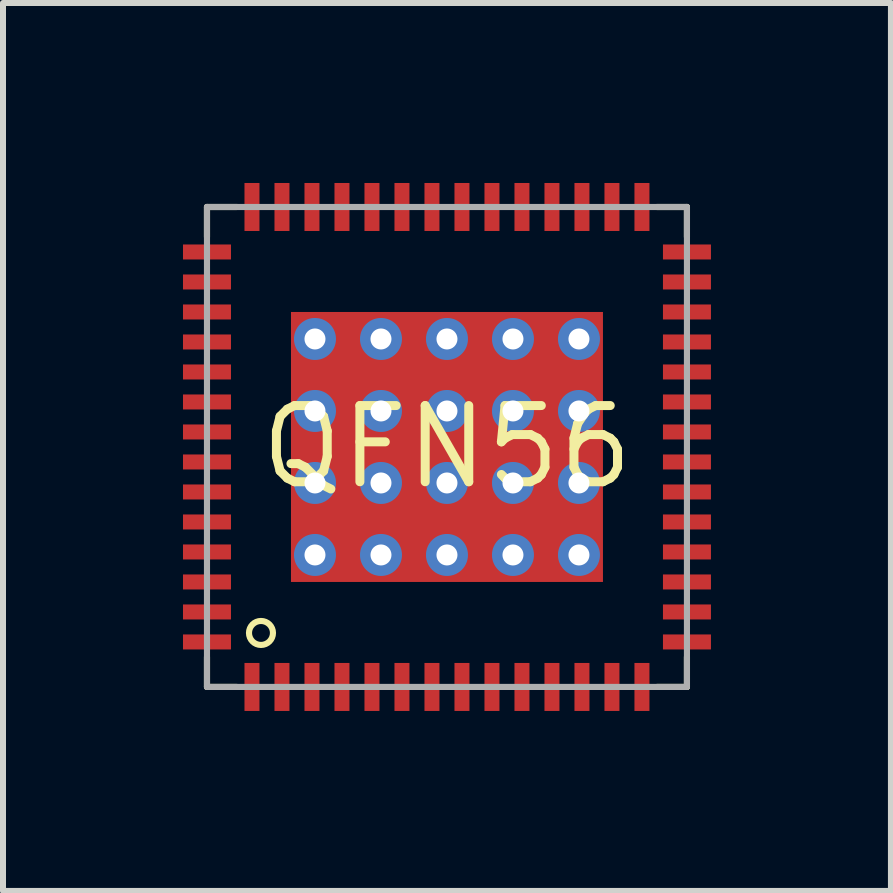
<source format=kicad_pcb>
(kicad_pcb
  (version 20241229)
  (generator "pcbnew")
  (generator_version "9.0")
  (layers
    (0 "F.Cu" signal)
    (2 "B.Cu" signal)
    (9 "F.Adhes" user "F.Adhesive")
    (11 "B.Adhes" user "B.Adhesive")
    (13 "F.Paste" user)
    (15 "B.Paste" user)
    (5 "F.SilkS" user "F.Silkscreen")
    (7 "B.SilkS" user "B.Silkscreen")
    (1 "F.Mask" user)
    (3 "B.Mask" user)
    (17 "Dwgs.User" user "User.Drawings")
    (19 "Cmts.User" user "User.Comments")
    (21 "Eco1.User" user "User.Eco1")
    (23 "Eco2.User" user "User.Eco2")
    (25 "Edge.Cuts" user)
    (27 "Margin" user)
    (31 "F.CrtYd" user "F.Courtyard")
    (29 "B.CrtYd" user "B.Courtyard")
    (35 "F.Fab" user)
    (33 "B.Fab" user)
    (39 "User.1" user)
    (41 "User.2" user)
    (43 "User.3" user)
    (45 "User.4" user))
  (footprint "QFN56"
    (layer "F.Cu")
    (at 4.4 4.4)
    (property "Reference" "QFN56" (at 0 0 0) (layer "F.SilkS") (effects (font (size 1.27 1.27) (thickness 0.15))))
    (fp_line (start -4 -4) (end -4 -3.5) (stroke (width 0.102) (type solid)) (layer "F.SilkS"))
    (fp_line (start -4 3.5) (end -4 4) (stroke (width 0.102) (type solid)) (layer "F.SilkS"))
    (fp_line (start -3.5 -4) (end -4 -4) (stroke (width 0.102) (type solid)) (layer "F.SilkS"))
    (fp_line (start -3.5 4) (end -4 4) (stroke (width 0.102) (type solid)) (layer "F.SilkS"))
    (fp_line (start 3.5 -4) (end 4 -4) (stroke (width 0.102) (type solid)) (layer "F.SilkS"))
    (fp_line (start 3.5 4) (end 4 4) (stroke (width 0.102) (type solid)) (layer "F.SilkS"))
    (fp_line (start 4 -3.5) (end 4 -4) (stroke (width 0.102) (type solid)) (layer "F.SilkS"))
    (fp_line (start 4 3.5) (end 4 4) (stroke (width 0.102) (type solid)) (layer "F.SilkS"))
    (fp_circle (center -3.1 3.1) (end -2.9 3.1) (stroke (width 0.102) (type solid)) (fill no) (layer "F.SilkS"))
    (fp_line (start -4 -4) (end -4 4) (stroke (width 0.102) (type solid)) (layer "F.Fab"))
    (fp_line (start -4 4) (end 4 4) (stroke (width 0.102) (type solid)) (layer "F.Fab"))
    (fp_line (start 4 -4) (end -4 -4) (stroke (width 0.102) (type solid)) (layer "F.Fab"))
    (fp_line (start 4 4) (end 4 -4) (stroke (width 0.102) (type solid)) (layer "F.Fab"))
    (pad "EP1" smd rect (at 0 0) (size 5.2 4.5) (layers "F.Cu" "F.Mask"))
    (pad "EP2" smd rect (at -1.35 -1.175) (size 2.4 2.05) (layers "F.Cu" "F.Paste"))
    (pad "EP3" smd rect (at 1.35 -1.175) (size 2.4 2.05) (layers "F.Cu" "F.Paste"))
    (pad "EP4" smd rect (at -1.35 1.175) (size 2.4 2.05) (layers "F.Cu" "F.Paste"))
    (pad "EP5" smd rect (at 1.35 1.175) (size 2.4 2.05) (layers "F.Cu" "F.Paste"))
    (pad "P$1" thru_hole circle (at -1.1 -1.8) (size 0.7 0.7) (drill 0.35) (layers "*.Cu"))
    (pad "P$2" thru_hole circle (at 1.1 -1.8) (size 0.7 0.7) (drill 0.35) (layers "*.Cu"))
    (pad "P$3" thru_hole circle (at 0 -1.8) (size 0.7 0.7) (drill 0.35) (layers "*.Cu"))
    (pad "P$4" thru_hole circle (at -2.2 -1.8) (size 0.7 0.7) (drill 0.35) (layers "*.Cu"))
    (pad "P$5" thru_hole circle (at 2.2 -1.8) (size 0.7 0.7) (drill 0.35) (layers "*.Cu"))
    (pad "P$6" thru_hole circle (at -2.2 -0.6) (size 0.7 0.7) (drill 0.35) (layers "*.Cu"))
    (pad "P$7" thru_hole circle (at -1.1 -0.6) (size 0.7 0.7) (drill 0.35) (layers "*.Cu"))
    (pad "P$8" thru_hole circle (at 0 -0.6) (size 0.7 0.7) (drill 0.35) (layers "*.Cu"))
    (pad "P$9" thru_hole circle (at 1.1 -0.6) (size 0.7 0.7) (drill 0.35) (layers "*.Cu"))
    (pad "P$10" thru_hole circle (at 2.2 -0.6) (size 0.7 0.7) (drill 0.35) (layers "*.Cu"))
    (pad "P$11" thru_hole circle (at -2.2 0.6) (size 0.7 0.7) (drill 0.35) (layers "*.Cu"))
    (pad "P$12" thru_hole circle (at -1.1 0.6) (size 0.7 0.7) (drill 0.35) (layers "*.Cu"))
    (pad "P$13" thru_hole circle (at 0 0.6) (size 0.7 0.7) (drill 0.35) (layers "*.Cu"))
    (pad "P$14" thru_hole circle (at 1.1 0.6) (size 0.7 0.7) (drill 0.35) (layers "*.Cu"))
    (pad "P$15" thru_hole circle (at 2.2 0.6) (size 0.7 0.7) (drill 0.35) (layers "*.Cu"))
    (pad "P$16" thru_hole circle (at -2.2 1.8) (size 0.7 0.7) (drill 0.35) (layers "*.Cu"))
    (pad "P$17" thru_hole circle (at -1.1 1.8) (size 0.7 0.7) (drill 0.35) (layers "*.Cu"))
    (pad "P$18" thru_hole circle (at 0 1.8) (size 0.7 0.7) (drill 0.35) (layers "*.Cu"))
    (pad "P$19" thru_hole circle (at 1.1 1.8) (size 0.7 0.7) (drill 0.35) (layers "*.Cu"))
    (pad "P$20" thru_hole circle (at 2.2 1.8) (size 0.7 0.7) (drill 0.35) (layers "*.Cu"))
    (pad "P1" smd rect (at -3.25 4 90) (size 0.8 0.25) (layers "F.Cu" "F.Mask" "F.Paste"))
    (pad "P2" smd rect (at -2.75 4 90) (size 0.8 0.25) (layers "F.Cu" "F.Mask" "F.Paste"))
    (pad "P3" smd rect (at -2.25 4 90) (size 0.8 0.25) (layers "F.Cu" "F.Mask" "F.Paste"))
    (pad "P4" smd rect (at -1.75 4 90) (size 0.8 0.25) (layers "F.Cu" "F.Mask" "F.Paste"))
    (pad "P5" smd rect (at -1.25 4 90) (size 0.8 0.25) (layers "F.Cu" "F.Mask" "F.Paste"))
    (pad "P6" smd rect (at -0.75 4 90) (size 0.8 0.25) (layers "F.Cu" "F.Mask" "F.Paste"))
    (pad "P7" smd rect (at -0.25 4 90) (size 0.8 0.25) (layers "F.Cu" "F.Mask" "F.Paste"))
    (pad "P8" smd rect (at 0.25 4 90) (size 0.8 0.25) (layers "F.Cu" "F.Mask" "F.Paste"))
    (pad "P9" smd rect (at 0.75 4 90) (size 0.8 0.25) (layers "F.Cu" "F.Mask" "F.Paste"))
    (pad "P10" smd rect (at 1.25 4 90) (size 0.8 0.25) (layers "F.Cu" "F.Mask" "F.Paste"))
    (pad "P11" smd rect (at 1.75 4 90) (size 0.8 0.25) (layers "F.Cu" "F.Mask" "F.Paste"))
    (pad "P12" smd rect (at 2.25 4 90) (size 0.8 0.25) (layers "F.Cu" "F.Mask" "F.Paste"))
    (pad "P13" smd rect (at 2.75 4 90) (size 0.8 0.25) (layers "F.Cu" "F.Mask" "F.Paste"))
    (pad "P14" smd rect (at 3.25 4 90) (size 0.8 0.25) (layers "F.Cu" "F.Mask" "F.Paste"))
    (pad "P15" smd rect (at 4 3.25 180) (size 0.8 0.25) (layers "F.Cu" "F.Mask" "F.Paste"))
    (pad "P16" smd rect (at 4 2.75 180) (size 0.8 0.25) (layers "F.Cu" "F.Mask" "F.Paste"))
    (pad "P17" smd rect (at 4 2.25 180) (size 0.8 0.25) (layers "F.Cu" "F.Mask" "F.Paste"))
    (pad "P18" smd rect (at 4 1.75 180) (size 0.8 0.25) (layers "F.Cu" "F.Mask" "F.Paste"))
    (pad "P19" smd rect (at 4 1.25 180) (size 0.8 0.25) (layers "F.Cu" "F.Mask" "F.Paste"))
    (pad "P20" smd rect (at 4 0.75 180) (size 0.8 0.25) (layers "F.Cu" "F.Mask" "F.Paste"))
    (pad "P21" smd rect (at 4 0.25 180) (size 0.8 0.25) (layers "F.Cu" "F.Mask" "F.Paste"))
    (pad "P22" smd rect (at 4 -0.25 180) (size 0.8 0.25) (layers "F.Cu" "F.Mask" "F.Paste"))
    (pad "P23" smd rect (at 4 -0.75 180) (size 0.8 0.25) (layers "F.Cu" "F.Mask" "F.Paste"))
    (pad "P24" smd rect (at 4 -1.25 180) (size 0.8 0.25) (layers "F.Cu" "F.Mask" "F.Paste"))
    (pad "P25" smd rect (at 4 -1.75 180) (size 0.8 0.25) (layers "F.Cu" "F.Mask" "F.Paste"))
    (pad "P26" smd rect (at 4 -2.25 180) (size 0.8 0.25) (layers "F.Cu" "F.Mask" "F.Paste"))
    (pad "P27" smd rect (at 4 -2.75 180) (size 0.8 0.25) (layers "F.Cu" "F.Mask" "F.Paste"))
    (pad "P28" smd rect (at 4 -3.25 180) (size 0.8 0.25) (layers "F.Cu" "F.Mask" "F.Paste"))
    (pad "P29" smd rect (at 3.25 -4 270) (size 0.8 0.25) (layers "F.Cu" "F.Mask" "F.Paste"))
    (pad "P30" smd rect (at 2.75 -4 270) (size 0.8 0.25) (layers "F.Cu" "F.Mask" "F.Paste"))
    (pad "P31" smd rect (at 2.25 -4 270) (size 0.8 0.25) (layers "F.Cu" "F.Mask" "F.Paste"))
    (pad "P32" smd rect (at 1.75 -4 270) (size 0.8 0.25) (layers "F.Cu" "F.Mask" "F.Paste"))
    (pad "P33" smd rect (at 1.25 -4 270) (size 0.8 0.25) (layers "F.Cu" "F.Mask" "F.Paste"))
    (pad "P34" smd rect (at 0.75 -4 270) (size 0.8 0.25) (layers "F.Cu" "F.Mask" "F.Paste"))
    (pad "P35" smd rect (at 0.25 -4 270) (size 0.8 0.25) (layers "F.Cu" "F.Mask" "F.Paste"))
    (pad "P36" smd rect (at -0.25 -4 270) (size 0.8 0.25) (layers "F.Cu" "F.Mask" "F.Paste"))
    (pad "P37" smd rect (at -0.75 -4 270) (size 0.8 0.25) (layers "F.Cu" "F.Mask" "F.Paste"))
    (pad "P38" smd rect (at -1.25 -4 270) (size 0.8 0.25) (layers "F.Cu" "F.Mask" "F.Paste"))
    (pad "P39" smd rect (at -1.75 -4 270) (size 0.8 0.25) (layers "F.Cu" "F.Mask" "F.Paste"))
    (pad "P40" smd rect (at -2.25 -4 270) (size 0.8 0.25) (layers "F.Cu" "F.Mask" "F.Paste"))
    (pad "P41" smd rect (at -2.75 -4 270) (size 0.8 0.25) (layers "F.Cu" "F.Mask" "F.Paste"))
    (pad "P42" smd rect (at -3.25 -4 270) (size 0.8 0.25) (layers "F.Cu" "F.Mask" "F.Paste"))
    (pad "P43" smd rect (at -4 -3.25) (size 0.8 0.25) (layers "F.Cu" "F.Mask" "F.Paste"))
    (pad "P44" smd rect (at -4 -2.75) (size 0.8 0.25) (layers "F.Cu" "F.Mask" "F.Paste"))
    (pad "P45" smd rect (at -4 -2.25) (size 0.8 0.25) (layers "F.Cu" "F.Mask" "F.Paste"))
    (pad "P46" smd rect (at -4 -1.75) (size 0.8 0.25) (layers "F.Cu" "F.Mask" "F.Paste"))
    (pad "P47" smd rect (at -4 -1.25) (size 0.8 0.25) (layers "F.Cu" "F.Mask" "F.Paste"))
    (pad "P48" smd rect (at -4 -0.75) (size 0.8 0.25) (layers "F.Cu" "F.Mask" "F.Paste"))
    (pad "P49" smd rect (at -4 -0.25) (size 0.8 0.25) (layers "F.Cu" "F.Mask" "F.Paste"))
    (pad "P50" smd rect (at -4 0.25) (size 0.8 0.25) (layers "F.Cu" "F.Mask" "F.Paste"))
    (pad "P51" smd rect (at -4 0.75) (size 0.8 0.25) (layers "F.Cu" "F.Mask" "F.Paste"))
    (pad "P52" smd rect (at -4 1.25) (size 0.8 0.25) (layers "F.Cu" "F.Mask" "F.Paste"))
    (pad "P53" smd rect (at -4 1.75) (size 0.8 0.25) (layers "F.Cu" "F.Mask" "F.Paste"))
    (pad "P54" smd rect (at -4 2.25) (size 0.8 0.25) (layers "F.Cu" "F.Mask" "F.Paste"))
    (pad "P55" smd rect (at -4 2.75) (size 0.8 0.25) (layers "F.Cu" "F.Mask" "F.Paste"))
    (pad "P56" smd rect (at -4 3.25) (size 0.8 0.25) (layers "F.Cu" "F.Mask" "F.Paste")))
  (gr_rect
    (start -3 -3)
    (end 11.8 11.8)
    (stroke (width 0.1) (type default))
    (fill no)
    (layer "Edge.Cuts")))
</source>
